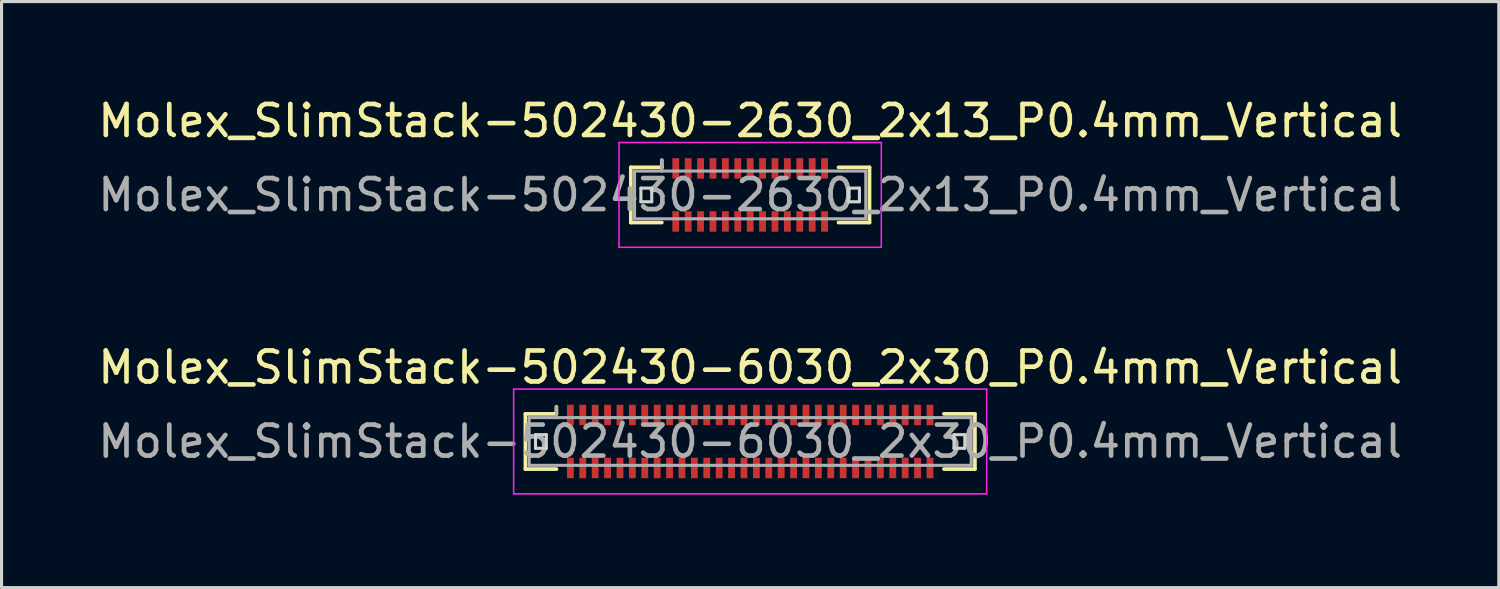
<source format=kicad_pcb>
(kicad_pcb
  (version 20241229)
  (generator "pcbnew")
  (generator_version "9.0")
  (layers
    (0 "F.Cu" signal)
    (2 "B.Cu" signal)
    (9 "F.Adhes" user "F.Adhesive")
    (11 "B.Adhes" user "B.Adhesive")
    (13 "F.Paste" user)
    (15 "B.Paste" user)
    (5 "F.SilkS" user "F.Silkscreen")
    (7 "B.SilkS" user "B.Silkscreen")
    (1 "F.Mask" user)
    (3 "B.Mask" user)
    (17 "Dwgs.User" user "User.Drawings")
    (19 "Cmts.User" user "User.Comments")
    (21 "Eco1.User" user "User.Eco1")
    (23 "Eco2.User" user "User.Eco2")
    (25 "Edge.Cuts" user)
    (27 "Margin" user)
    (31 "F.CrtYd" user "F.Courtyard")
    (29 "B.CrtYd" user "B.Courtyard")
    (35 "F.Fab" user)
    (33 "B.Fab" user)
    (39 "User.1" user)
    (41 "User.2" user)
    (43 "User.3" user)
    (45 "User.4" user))
  (footprint "Molex_SlimStack-502430-2630_2x13_P0.4mm_Vertical"
    (layer "F.Cu")
    (at 21.149 3.238)
    (property "Reference" "Molex_SlimStack-502430-2630_2x13_P0.4mm_Vertical" (at 0 -2.39 0) (layer "F.SilkS") (effects (font (size 1 1) (thickness 0.15))))
    (attr smd)
    (fp_line (start -3.85 -0.89) (end -2.85 -0.89) (stroke (width 0.12) (type solid)) (layer "F.SilkS"))
    (fp_line (start -3.85 0.89) (end -3.85 -0.89) (stroke (width 0.12) (type solid)) (layer "F.SilkS"))
    (fp_line (start -2.85 -0.89) (end -2.85 -1.12) (stroke (width 0.12) (type solid)) (layer "F.SilkS"))
    (fp_line (start -2.85 0.89) (end -3.85 0.89) (stroke (width 0.12) (type solid)) (layer "F.SilkS"))
    (fp_line (start 2.85 0.89) (end 3.85 0.89) (stroke (width 0.12) (type solid)) (layer "F.SilkS"))
    (fp_line (start 3.85 -0.89) (end 2.85 -0.89) (stroke (width 0.12) (type solid)) (layer "F.SilkS"))
    (fp_line (start 3.85 0.89) (end 3.85 -0.89) (stroke (width 0.12) (type solid)) (layer "F.SilkS"))
    (fp_line (start -3.525 -0.22) (end -3.525 0.22) (stroke (width 0.1) (type solid)) (layer "Edge.Cuts"))
    (fp_line (start -3.525 0.22) (end -3.175 0.22) (stroke (width 0.1) (type solid)) (layer "Edge.Cuts"))
    (fp_line (start -3.175 -0.22) (end -3.525 -0.22) (stroke (width 0.1) (type solid)) (layer "Edge.Cuts"))
    (fp_line (start -3.175 0.22) (end -3.175 -0.22) (stroke (width 0.1) (type solid)) (layer "Edge.Cuts"))
    (fp_line (start 3.175 -0.22) (end 3.175 0.22) (stroke (width 0.1) (type solid)) (layer "Edge.Cuts"))
    (fp_line (start 3.175 0.22) (end 3.525 0.22) (stroke (width 0.1) (type solid)) (layer "Edge.Cuts"))
    (fp_line (start 3.525 -0.22) (end 3.175 -0.22) (stroke (width 0.1) (type solid)) (layer "Edge.Cuts"))
    (fp_line (start 3.525 0.22) (end 3.525 -0.22) (stroke (width 0.1) (type solid)) (layer "Edge.Cuts"))
    (fp_line (start -4.23 -1.69) (end -4.23 1.69) (stroke (width 0.05) (type solid)) (layer "F.CrtYd"))
    (fp_line (start -4.23 1.69) (end 4.23 1.69) (stroke (width 0.05) (type solid)) (layer "F.CrtYd"))
    (fp_line (start 4.23 -1.69) (end -4.23 -1.69) (stroke (width 0.05) (type solid)) (layer "F.CrtYd"))
    (fp_line (start 4.23 1.69) (end 4.23 -1.69) (stroke (width 0.05) (type solid)) (layer "F.CrtYd"))
    (fp_line (start -3.73 -0.77) (end -3.73 0.77) (stroke (width 0.1) (type solid)) (layer "F.Fab"))
    (fp_line (start -3.73 0.77) (end 3.73 0.77) (stroke (width 0.1) (type solid)) (layer "F.Fab"))
    (fp_line (start -2.85 -0.77) (end -2.85 -1.12) (stroke (width 0.1) (type solid)) (layer "F.Fab"))
    (fp_line (start 3.73 -0.77) (end -3.73 -0.77) (stroke (width 0.1) (type solid)) (layer "F.Fab"))
    (fp_line (start 3.73 0.77) (end 3.73 -0.77) (stroke (width 0.1) (type solid)) (layer "F.Fab"))
    (fp_text user "${REFERENCE}" (at 0 0 0) (layer "F.Fab") (effects (font (size 1 1) (thickness 0.15))))
    (pad "1" smd rect (at -2.4 -0.855) (size 0.22 0.66) (layers "F.Cu" "F.Mask" "F.Paste"))
    (pad "2" smd rect (at -2.4 0.855) (size 0.22 0.66) (layers "F.Cu" "F.Mask" "F.Paste"))
    (pad "3" smd rect (at -2 -0.855) (size 0.22 0.66) (layers "F.Cu" "F.Mask" "F.Paste"))
    (pad "4" smd rect (at -2 0.855) (size 0.22 0.66) (layers "F.Cu" "F.Mask" "F.Paste"))
    (pad "5" smd rect (at -1.6 -0.855) (size 0.22 0.66) (layers "F.Cu" "F.Mask" "F.Paste"))
    (pad "6" smd rect (at -1.6 0.855) (size 0.22 0.66) (layers "F.Cu" "F.Mask" "F.Paste"))
    (pad "7" smd rect (at -1.2 -0.855) (size 0.22 0.66) (layers "F.Cu" "F.Mask" "F.Paste"))
    (pad "8" smd rect (at -1.2 0.855) (size 0.22 0.66) (layers "F.Cu" "F.Mask" "F.Paste"))
    (pad "9" smd rect (at -0.8 -0.855) (size 0.22 0.66) (layers "F.Cu" "F.Mask" "F.Paste"))
    (pad "10" smd rect (at -0.8 0.855) (size 0.22 0.66) (layers "F.Cu" "F.Mask" "F.Paste"))
    (pad "11" smd rect (at -0.4 -0.855) (size 0.22 0.66) (layers "F.Cu" "F.Mask" "F.Paste"))
    (pad "12" smd rect (at -0.4 0.855) (size 0.22 0.66) (layers "F.Cu" "F.Mask" "F.Paste"))
    (pad "13" smd rect (at 0 -0.855) (size 0.22 0.66) (layers "F.Cu" "F.Mask" "F.Paste"))
    (pad "14" smd rect (at 0 0.855) (size 0.22 0.66) (layers "F.Cu" "F.Mask" "F.Paste"))
    (pad "15" smd rect (at 0.4 -0.855) (size 0.22 0.66) (layers "F.Cu" "F.Mask" "F.Paste"))
    (pad "16" smd rect (at 0.4 0.855) (size 0.22 0.66) (layers "F.Cu" "F.Mask" "F.Paste"))
    (pad "17" smd rect (at 0.8 -0.855) (size 0.22 0.66) (layers "F.Cu" "F.Mask" "F.Paste"))
    (pad "18" smd rect (at 0.8 0.855) (size 0.22 0.66) (layers "F.Cu" "F.Mask" "F.Paste"))
    (pad "19" smd rect (at 1.2 -0.855) (size 0.22 0.66) (layers "F.Cu" "F.Mask" "F.Paste"))
    (pad "20" smd rect (at 1.2 0.855) (size 0.22 0.66) (layers "F.Cu" "F.Mask" "F.Paste"))
    (pad "21" smd rect (at 1.6 -0.855) (size 0.22 0.66) (layers "F.Cu" "F.Mask" "F.Paste"))
    (pad "22" smd rect (at 1.6 0.855) (size 0.22 0.66) (layers "F.Cu" "F.Mask" "F.Paste"))
    (pad "23" smd rect (at 2 -0.855) (size 0.22 0.66) (layers "F.Cu" "F.Mask" "F.Paste"))
    (pad "24" smd rect (at 2 0.855) (size 0.22 0.66) (layers "F.Cu" "F.Mask" "F.Paste"))
    (pad "25" smd rect (at 2.4 -0.855) (size 0.22 0.66) (layers "F.Cu" "F.Mask" "F.Paste"))
    (pad "26" smd rect (at 2.4 0.855) (size 0.22 0.66) (layers "F.Cu" "F.Mask" "F.Paste")))
  (footprint "Molex_SlimStack-502430-6030_2x30_P0.4mm_Vertical"
    (layer "F.Cu")
    (at 21.149 11.191)
    (property "Reference" "Molex_SlimStack-502430-6030_2x30_P0.4mm_Vertical" (at 0 -2.39 0) (layer "F.SilkS") (effects (font (size 1 1) (thickness 0.15))))
    (attr smd)
    (fp_line (start -7.25 -0.89) (end -6.25 -0.89) (stroke (width 0.12) (type solid)) (layer "F.SilkS"))
    (fp_line (start -7.25 0.89) (end -7.25 -0.89) (stroke (width 0.12) (type solid)) (layer "F.SilkS"))
    (fp_line (start -6.25 -0.89) (end -6.25 -1.12) (stroke (width 0.12) (type solid)) (layer "F.SilkS"))
    (fp_line (start -6.25 0.89) (end -7.25 0.89) (stroke (width 0.12) (type solid)) (layer "F.SilkS"))
    (fp_line (start 6.25 0.89) (end 7.25 0.89) (stroke (width 0.12) (type solid)) (layer "F.SilkS"))
    (fp_line (start 7.25 -0.89) (end 6.25 -0.89) (stroke (width 0.12) (type solid)) (layer "F.SilkS"))
    (fp_line (start 7.25 0.89) (end 7.25 -0.89) (stroke (width 0.12) (type solid)) (layer "F.SilkS"))
    (fp_line (start -6.925 -0.22) (end -6.925 0.22) (stroke (width 0.1) (type solid)) (layer "Edge.Cuts"))
    (fp_line (start -6.925 0.22) (end -6.575 0.22) (stroke (width 0.1) (type solid)) (layer "Edge.Cuts"))
    (fp_line (start -6.575 -0.22) (end -6.925 -0.22) (stroke (width 0.1) (type solid)) (layer "Edge.Cuts"))
    (fp_line (start -6.575 0.22) (end -6.575 -0.22) (stroke (width 0.1) (type solid)) (layer "Edge.Cuts"))
    (fp_line (start 6.575 -0.22) (end 6.575 0.22) (stroke (width 0.1) (type solid)) (layer "Edge.Cuts"))
    (fp_line (start 6.575 0.22) (end 6.925 0.22) (stroke (width 0.1) (type solid)) (layer "Edge.Cuts"))
    (fp_line (start 6.925 -0.22) (end 6.575 -0.22) (stroke (width 0.1) (type solid)) (layer "Edge.Cuts"))
    (fp_line (start 6.925 0.22) (end 6.925 -0.22) (stroke (width 0.1) (type solid)) (layer "Edge.Cuts"))
    (fp_line (start -7.63 -1.69) (end -7.63 1.69) (stroke (width 0.05) (type solid)) (layer "F.CrtYd"))
    (fp_line (start -7.63 1.69) (end 7.63 1.69) (stroke (width 0.05) (type solid)) (layer "F.CrtYd"))
    (fp_line (start 7.63 -1.69) (end -7.63 -1.69) (stroke (width 0.05) (type solid)) (layer "F.CrtYd"))
    (fp_line (start 7.63 1.69) (end 7.63 -1.69) (stroke (width 0.05) (type solid)) (layer "F.CrtYd"))
    (fp_line (start -7.13 -0.77) (end -7.13 0.77) (stroke (width 0.1) (type solid)) (layer "F.Fab"))
    (fp_line (start -7.13 0.77) (end 7.13 0.77) (stroke (width 0.1) (type solid)) (layer "F.Fab"))
    (fp_line (start -6.25 -0.77) (end -6.25 -1.12) (stroke (width 0.1) (type solid)) (layer "F.Fab"))
    (fp_line (start 7.13 -0.77) (end -7.13 -0.77) (stroke (width 0.1) (type solid)) (layer "F.Fab"))
    (fp_line (start 7.13 0.77) (end 7.13 -0.77) (stroke (width 0.1) (type solid)) (layer "F.Fab"))
    (fp_text user "${REFERENCE}" (at 0 0 0) (layer "F.Fab") (effects (font (size 1 1) (thickness 0.15))))
    (pad "1" smd rect (at -5.8 -0.855) (size 0.22 0.66) (layers "F.Cu" "F.Mask" "F.Paste"))
    (pad "2" smd rect (at -5.8 0.855) (size 0.22 0.66) (layers "F.Cu" "F.Mask" "F.Paste"))
    (pad "3" smd rect (at -5.4 -0.855) (size 0.22 0.66) (layers "F.Cu" "F.Mask" "F.Paste"))
    (pad "4" smd rect (at -5.4 0.855) (size 0.22 0.66) (layers "F.Cu" "F.Mask" "F.Paste"))
    (pad "5" smd rect (at -5 -0.855) (size 0.22 0.66) (layers "F.Cu" "F.Mask" "F.Paste"))
    (pad "6" smd rect (at -5 0.855) (size 0.22 0.66) (layers "F.Cu" "F.Mask" "F.Paste"))
    (pad "7" smd rect (at -4.6 -0.855) (size 0.22 0.66) (layers "F.Cu" "F.Mask" "F.Paste"))
    (pad "8" smd rect (at -4.6 0.855) (size 0.22 0.66) (layers "F.Cu" "F.Mask" "F.Paste"))
    (pad "9" smd rect (at -4.2 -0.855) (size 0.22 0.66) (layers "F.Cu" "F.Mask" "F.Paste"))
    (pad "10" smd rect (at -4.2 0.855) (size 0.22 0.66) (layers "F.Cu" "F.Mask" "F.Paste"))
    (pad "11" smd rect (at -3.8 -0.855) (size 0.22 0.66) (layers "F.Cu" "F.Mask" "F.Paste"))
    (pad "12" smd rect (at -3.8 0.855) (size 0.22 0.66) (layers "F.Cu" "F.Mask" "F.Paste"))
    (pad "13" smd rect (at -3.4 -0.855) (size 0.22 0.66) (layers "F.Cu" "F.Mask" "F.Paste"))
    (pad "14" smd rect (at -3.4 0.855) (size 0.22 0.66) (layers "F.Cu" "F.Mask" "F.Paste"))
    (pad "15" smd rect (at -3 -0.855) (size 0.22 0.66) (layers "F.Cu" "F.Mask" "F.Paste"))
    (pad "16" smd rect (at -3 0.855) (size 0.22 0.66) (layers "F.Cu" "F.Mask" "F.Paste"))
    (pad "17" smd rect (at -2.6 -0.855) (size 0.22 0.66) (layers "F.Cu" "F.Mask" "F.Paste"))
    (pad "18" smd rect (at -2.6 0.855) (size 0.22 0.66) (layers "F.Cu" "F.Mask" "F.Paste"))
    (pad "19" smd rect (at -2.2 -0.855) (size 0.22 0.66) (layers "F.Cu" "F.Mask" "F.Paste"))
    (pad "20" smd rect (at -2.2 0.855) (size 0.22 0.66) (layers "F.Cu" "F.Mask" "F.Paste"))
    (pad "21" smd rect (at -1.8 -0.855) (size 0.22 0.66) (layers "F.Cu" "F.Mask" "F.Paste"))
    (pad "22" smd rect (at -1.8 0.855) (size 0.22 0.66) (layers "F.Cu" "F.Mask" "F.Paste"))
    (pad "23" smd rect (at -1.4 -0.855) (size 0.22 0.66) (layers "F.Cu" "F.Mask" "F.Paste"))
    (pad "24" smd rect (at -1.4 0.855) (size 0.22 0.66) (layers "F.Cu" "F.Mask" "F.Paste"))
    (pad "25" smd rect (at -1 -0.855) (size 0.22 0.66) (layers "F.Cu" "F.Mask" "F.Paste"))
    (pad "26" smd rect (at -1 0.855) (size 0.22 0.66) (layers "F.Cu" "F.Mask" "F.Paste"))
    (pad "27" smd rect (at -0.6 -0.855) (size 0.22 0.66) (layers "F.Cu" "F.Mask" "F.Paste"))
    (pad "28" smd rect (at -0.6 0.855) (size 0.22 0.66) (layers "F.Cu" "F.Mask" "F.Paste"))
    (pad "29" smd rect (at -0.2 -0.855) (size 0.22 0.66) (layers "F.Cu" "F.Mask" "F.Paste"))
    (pad "30" smd rect (at -0.2 0.855) (size 0.22 0.66) (layers "F.Cu" "F.Mask" "F.Paste"))
    (pad "31" smd rect (at 0.2 -0.855) (size 0.22 0.66) (layers "F.Cu" "F.Mask" "F.Paste"))
    (pad "32" smd rect (at 0.2 0.855) (size 0.22 0.66) (layers "F.Cu" "F.Mask" "F.Paste"))
    (pad "33" smd rect (at 0.6 -0.855) (size 0.22 0.66) (layers "F.Cu" "F.Mask" "F.Paste"))
    (pad "34" smd rect (at 0.6 0.855) (size 0.22 0.66) (layers "F.Cu" "F.Mask" "F.Paste"))
    (pad "35" smd rect (at 1 -0.855) (size 0.22 0.66) (layers "F.Cu" "F.Mask" "F.Paste"))
    (pad "36" smd rect (at 1 0.855) (size 0.22 0.66) (layers "F.Cu" "F.Mask" "F.Paste"))
    (pad "37" smd rect (at 1.4 -0.855) (size 0.22 0.66) (layers "F.Cu" "F.Mask" "F.Paste"))
    (pad "38" smd rect (at 1.4 0.855) (size 0.22 0.66) (layers "F.Cu" "F.Mask" "F.Paste"))
    (pad "39" smd rect (at 1.8 -0.855) (size 0.22 0.66) (layers "F.Cu" "F.Mask" "F.Paste"))
    (pad "40" smd rect (at 1.8 0.855) (size 0.22 0.66) (layers "F.Cu" "F.Mask" "F.Paste"))
    (pad "41" smd rect (at 2.2 -0.855) (size 0.22 0.66) (layers "F.Cu" "F.Mask" "F.Paste"))
    (pad "42" smd rect (at 2.2 0.855) (size 0.22 0.66) (layers "F.Cu" "F.Mask" "F.Paste"))
    (pad "43" smd rect (at 2.6 -0.855) (size 0.22 0.66) (layers "F.Cu" "F.Mask" "F.Paste"))
    (pad "44" smd rect (at 2.6 0.855) (size 0.22 0.66) (layers "F.Cu" "F.Mask" "F.Paste"))
    (pad "45" smd rect (at 3 -0.855) (size 0.22 0.66) (layers "F.Cu" "F.Mask" "F.Paste"))
    (pad "46" smd rect (at 3 0.855) (size 0.22 0.66) (layers "F.Cu" "F.Mask" "F.Paste"))
    (pad "47" smd rect (at 3.4 -0.855) (size 0.22 0.66) (layers "F.Cu" "F.Mask" "F.Paste"))
    (pad "48" smd rect (at 3.4 0.855) (size 0.22 0.66) (layers "F.Cu" "F.Mask" "F.Paste"))
    (pad "49" smd rect (at 3.8 -0.855) (size 0.22 0.66) (layers "F.Cu" "F.Mask" "F.Paste"))
    (pad "50" smd rect (at 3.8 0.855) (size 0.22 0.66) (layers "F.Cu" "F.Mask" "F.Paste"))
    (pad "51" smd rect (at 4.2 -0.855) (size 0.22 0.66) (layers "F.Cu" "F.Mask" "F.Paste"))
    (pad "52" smd rect (at 4.2 0.855) (size 0.22 0.66) (layers "F.Cu" "F.Mask" "F.Paste"))
    (pad "53" smd rect (at 4.6 -0.855) (size 0.22 0.66) (layers "F.Cu" "F.Mask" "F.Paste"))
    (pad "54" smd rect (at 4.6 0.855) (size 0.22 0.66) (layers "F.Cu" "F.Mask" "F.Paste"))
    (pad "55" smd rect (at 5 -0.855) (size 0.22 0.66) (layers "F.Cu" "F.Mask" "F.Paste"))
    (pad "56" smd rect (at 5 0.855) (size 0.22 0.66) (layers "F.Cu" "F.Mask" "F.Paste"))
    (pad "57" smd rect (at 5.4 -0.855) (size 0.22 0.66) (layers "F.Cu" "F.Mask" "F.Paste"))
    (pad "58" smd rect (at 5.4 0.855) (size 0.22 0.66) (layers "F.Cu" "F.Mask" "F.Paste"))
    (pad "59" smd rect (at 5.8 -0.855) (size 0.22 0.66) (layers "F.Cu" "F.Mask" "F.Paste"))
    (pad "60" smd rect (at 5.8 0.855) (size 0.22 0.66) (layers "F.Cu" "F.Mask" "F.Paste")))
  (gr_rect
    (start -3 -3)
    (end 45.298 15.906)
    (stroke (width 0.1) (type default))
    (fill no)
    (layer "Edge.Cuts")))
</source>
